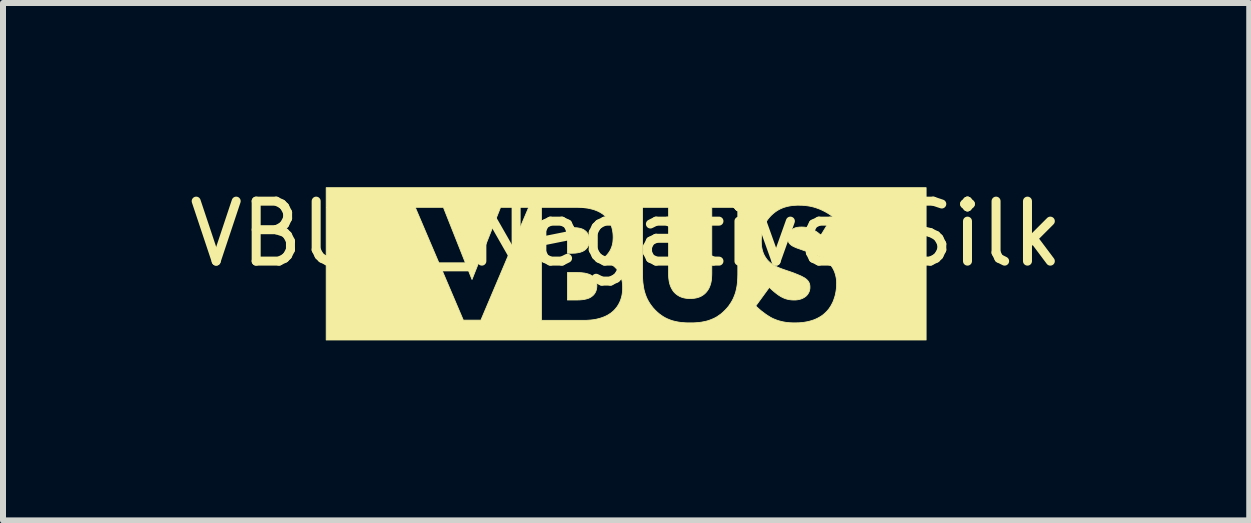
<source format=kicad_pcb>
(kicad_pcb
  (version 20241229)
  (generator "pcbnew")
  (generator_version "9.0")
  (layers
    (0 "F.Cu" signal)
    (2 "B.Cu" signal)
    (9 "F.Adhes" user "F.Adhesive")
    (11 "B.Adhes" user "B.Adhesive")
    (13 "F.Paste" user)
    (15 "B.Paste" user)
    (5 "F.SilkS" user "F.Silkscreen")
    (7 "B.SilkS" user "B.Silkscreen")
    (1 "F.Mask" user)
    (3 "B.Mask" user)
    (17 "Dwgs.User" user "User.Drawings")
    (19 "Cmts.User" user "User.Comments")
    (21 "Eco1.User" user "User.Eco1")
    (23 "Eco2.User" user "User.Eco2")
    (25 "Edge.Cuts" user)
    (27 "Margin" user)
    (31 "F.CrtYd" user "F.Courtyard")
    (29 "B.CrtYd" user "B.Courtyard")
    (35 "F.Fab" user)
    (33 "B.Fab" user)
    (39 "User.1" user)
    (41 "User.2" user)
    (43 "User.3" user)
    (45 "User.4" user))
  (footprint "VBUS_Negative_Silk"
    (layer "F.Cu")
    (at 7.387 1.348)
    (property "Reference" "VBUS_Negative_Silk" (at 0 -0.5 0) (unlocked yes) (layer "F.SilkS") (effects (font (size 1 1) (thickness 0.15))))
    (fp_poly (pts (xy -0.823 0.145) (xy -0.784 0.146) (xy -0.763 0.147) (xy -0.742 0.148) (xy -0.721 0.151) (xy -0.699 0.153) (xy -0.678 0.157) (xy -0.657 0.162) (xy -0.637 0.168) (xy -0.617 0.174) (xy -0.598 0.182) (xy -0.58 0.192) (xy -0.571 0.197) (xy -0.563 0.203) (xy -0.555 0.209) (xy -0.548 0.215) (xy -0.543 0.22) (xy -0.537 0.226) (xy -0.532 0.232) (xy -0.527 0.238) (xy -0.522 0.246) (xy -0.517 0.254) (xy -0.512 0.262) (xy -0.507 0.271) (xy -0.503 0.281) (xy -0.5 0.291) (xy -0.496 0.302) (xy -0.493 0.314) (xy -0.491 0.326) (xy -0.489 0.339) (xy -0.488 0.353) (xy -0.488 0.367) (xy -0.488 0.379) (xy -0.489 0.392) (xy -0.491 0.403) (xy -0.492 0.415) (xy -0.495 0.426) (xy -0.498 0.437) (xy -0.501 0.448) (xy -0.505 0.458) (xy -0.51 0.468) (xy -0.514 0.478) (xy -0.52 0.487) (xy -0.525 0.495) (xy -0.531 0.504) (xy -0.538 0.511) (xy -0.544 0.519) (xy -0.551 0.526) (xy -0.559 0.533) (xy -0.567 0.539) (xy -0.575 0.545) (xy -0.583 0.551) (xy -0.601 0.562) (xy -0.619 0.571) (xy -0.638 0.578) (xy -0.658 0.584) (xy -0.679 0.589) (xy -0.7 0.594) (xy -0.722 0.597) (xy -0.743 0.599) (xy -0.765 0.601) (xy -0.787 0.602) (xy -0.83 0.603) (xy -0.873 0.603) (xy -0.978 0.603) (xy -0.978 0.145) (xy -0.858 0.145)) (stroke (width 0.013) (type solid)) (fill yes) (layer "F.SilkS"))
    (fp_poly (pts (xy -0.882 -0.603) (xy -0.852 -0.602) (xy -0.837 -0.602) (xy -0.823 -0.601) (xy -0.808 -0.599) (xy -0.793 -0.597) (xy -0.779 -0.594) (xy -0.764 -0.591) (xy -0.75 -0.587) (xy -0.737 -0.582) (xy -0.723 -0.577) (xy -0.71 -0.57) (xy -0.698 -0.563) (xy -0.692 -0.558) (xy -0.686 -0.554) (xy -0.679 -0.549) (xy -0.672 -0.543) (xy -0.666 -0.537) (xy -0.659 -0.53) (xy -0.653 -0.522) (xy -0.647 -0.514) (xy -0.641 -0.505) (xy -0.635 -0.496) (xy -0.63 -0.485) (xy -0.626 -0.474) (xy -0.622 -0.463) (xy -0.618 -0.451) (xy -0.615 -0.438) (xy -0.613 -0.424) (xy -0.612 -0.41) (xy -0.611 -0.395) (xy -0.612 -0.388) (xy -0.612 -0.38) (xy -0.612 -0.373) (xy -0.613 -0.366) (xy -0.614 -0.359) (xy -0.615 -0.352) (xy -0.617 -0.345) (xy -0.618 -0.339) (xy -0.62 -0.333) (xy -0.622 -0.326) (xy -0.624 -0.32) (xy -0.626 -0.314) (xy -0.628 -0.309) (xy -0.63 -0.303) (xy -0.633 -0.298) (xy -0.636 -0.292) (xy -0.641 -0.282) (xy -0.647 -0.273) (xy -0.654 -0.264) (xy -0.661 -0.256) (xy -0.667 -0.248) (xy -0.675 -0.241) (xy -0.682 -0.235) (xy -0.689 -0.229) (xy -0.701 -0.221) (xy -0.713 -0.214) (xy -0.726 -0.207) (xy -0.74 -0.202) (xy -0.754 -0.197) (xy -0.769 -0.192) (xy -0.784 -0.189) (xy -0.798 -0.186) (xy -0.813 -0.183) (xy -0.828 -0.181) (xy -0.843 -0.179) (xy -0.857 -0.178) (xy -0.884 -0.177) (xy -0.908 -0.176) (xy -0.978 -0.176) (xy -0.978 -0.603) (xy -0.911 -0.603)) (stroke (width 0.013) (type solid)) (fill yes) (layer "F.SilkS"))
    (fp_poly (pts (xy 5.001 1.27) (xy -5 1.27) (xy -5 0.942) (xy -1.412 0.942) (xy -0.703 0.942) (xy -0.655 0.941) (xy -0.598 0.937) (xy -0.567 0.934) (xy -0.536 0.93) (xy -0.503 0.924) (xy -0.469 0.916) (xy -0.435 0.907) (xy -0.401 0.896) (xy -0.366 0.883) (xy -0.333 0.868) (xy -0.299 0.85) (xy -0.267 0.829) (xy -0.251 0.818) (xy -0.236 0.806) (xy -0.221 0.793) (xy -0.206 0.78) (xy -0.192 0.765) (xy -0.178 0.75) (xy -0.165 0.733) (xy -0.151 0.716) (xy -0.139 0.697) (xy -0.126 0.677) (xy -0.115 0.655) (xy -0.104 0.633) (xy -0.094 0.609) (xy -0.085 0.583) (xy -0.077 0.556) (xy -0.07 0.528) (xy -0.065 0.498) (xy -0.061 0.467) (xy -0.058 0.433) (xy -0.058 0.399) (xy -0.058 0.368) (xy -0.06 0.339) (xy -0.063 0.312) (xy -0.067 0.285) (xy -0.073 0.26) (xy -0.079 0.236) (xy -0.086 0.214) (xy -0.094 0.193) (xy -0.102 0.173) (xy 0.274 0.173) (xy 0.275 0.242) (xy 0.277 0.278) (xy 0.28 0.315) (xy 0.285 0.352) (xy 0.291 0.39) (xy 0.298 0.429) (xy 0.308 0.467) (xy 0.32 0.506) (xy 0.334 0.544) (xy 0.351 0.583) (xy 0.371 0.621) (xy 0.394 0.659) (xy 0.42 0.696) (xy 0.449 0.733) (xy 0.482 0.769) (xy 0.516 0.802) (xy 0.551 0.832) (xy 0.586 0.858) (xy 0.622 0.882) (xy 0.658 0.902) (xy 0.694 0.919) (xy 0.731 0.934) (xy 0.768 0.947) (xy 0.806 0.957) (xy 0.843 0.965) (xy 0.881 0.972) (xy 0.918 0.977) (xy 0.956 0.98) (xy 0.993 0.983) (xy 1.031 0.984) (xy 1.068 0.984) (xy 1.105 0.984) (xy 1.142 0.983) (xy 1.18 0.98) (xy 1.217 0.977) (xy 1.255 0.972) (xy 1.292 0.965) (xy 1.33 0.957) (xy 1.367 0.947) (xy 1.404 0.934) (xy 1.441 0.919) (xy 1.478 0.902) (xy 1.514 0.882) (xy 1.549 0.858) (xy 1.585 0.832) (xy 1.619 0.802) (xy 1.653 0.769) (xy 1.687 0.732) (xy 1.711 0.702) (xy 2.161 0.702) (xy 2.19 0.729) (xy 2.221 0.757) (xy 2.254 0.785) (xy 2.29 0.812) (xy 2.326 0.839) (xy 2.345 0.852) (xy 2.363 0.864) (xy 2.382 0.875) (xy 2.4 0.887) (xy 2.419 0.897) (xy 2.437 0.907) (xy 2.459 0.917) (xy 2.482 0.926) (xy 2.504 0.935) (xy 2.527 0.943) (xy 2.549 0.95) (xy 2.572 0.956) (xy 2.595 0.962) (xy 2.618 0.967) (xy 2.641 0.971) (xy 2.665 0.975) (xy 2.689 0.978) (xy 2.712 0.98) (xy 2.736 0.982) (xy 2.761 0.983) (xy 2.786 0.984) (xy 2.81 0.984) (xy 2.862 0.983) (xy 2.891 0.982) (xy 2.923 0.979) (xy 2.955 0.976) (xy 2.99 0.97) (xy 3.025 0.964) (xy 3.061 0.955) (xy 3.098 0.944) (xy 3.134 0.932) (xy 3.171 0.916) (xy 3.207 0.898) (xy 3.243 0.877) (xy 3.261 0.865) (xy 3.278 0.853) (xy 3.295 0.839) (xy 3.311 0.825) (xy 3.327 0.81) (xy 3.343 0.794) (xy 3.361 0.774) (xy 3.379 0.752) (xy 3.395 0.729) (xy 3.411 0.705) (xy 3.425 0.679) (xy 3.439 0.653) (xy 3.452 0.625) (xy 3.463 0.595) (xy 3.473 0.565) (xy 3.483 0.534) (xy 3.49 0.501) (xy 3.497 0.468) (xy 3.502 0.434) (xy 3.506 0.4) (xy 3.508 0.364) (xy 3.509 0.328) (xy 3.509 0.307) (xy 3.508 0.286) (xy 3.506 0.264) (xy 3.503 0.242) (xy 3.499 0.22) (xy 3.494 0.197) (xy 3.488 0.175) (xy 3.481 0.152) (xy 3.473 0.13) (xy 3.463 0.107) (xy 3.452 0.085) (xy 3.439 0.063) (xy 3.425 0.041) (xy 3.409 0.02) (xy 3.391 -0.001) (xy 3.371 -0.021) (xy 3.357 -0.034) (xy 3.342 -0.046) (xy 3.327 -0.058) (xy 3.311 -0.069) (xy 3.295 -0.08) (xy 3.279 -0.09) (xy 3.262 -0.099) (xy 3.245 -0.108) (xy 3.228 -0.117) (xy 3.211 -0.125) (xy 3.178 -0.14) (xy 3.145 -0.153) (xy 3.114 -0.166) (xy 2.973 -0.219) (xy 2.889 -0.249) (xy 2.854 -0.261) (xy 2.839 -0.267) (xy 2.824 -0.273) (xy 2.811 -0.279) (xy 2.798 -0.285) (xy 2.786 -0.29) (xy 2.775 -0.297) (xy 2.764 -0.303) (xy 2.755 -0.31) (xy 2.745 -0.317) (xy 2.736 -0.325) (xy 2.731 -0.33) (xy 2.726 -0.335) (xy 2.722 -0.341) (xy 2.718 -0.347) (xy 2.714 -0.352) (xy 2.711 -0.358) (xy 2.707 -0.365) (xy 2.705 -0.371) (xy 2.702 -0.377) (xy 2.7 -0.384) (xy 2.698 -0.391) (xy 2.697 -0.398) (xy 2.696 -0.406) (xy 2.695 -0.414) (xy 2.694 -0.422) (xy 2.694 -0.43) (xy 2.694 -0.44) (xy 2.695 -0.449) (xy 2.696 -0.457) (xy 2.698 -0.466) (xy 2.7 -0.474) (xy 2.702 -0.483) (xy 2.705 -0.491) (xy 2.708 -0.498) (xy 2.712 -0.506) (xy 2.715 -0.513) (xy 2.72 -0.52) (xy 2.724 -0.527) (xy 2.728 -0.533) (xy 2.733 -0.539) (xy 2.738 -0.545) (xy 2.743 -0.55) (xy 2.748 -0.555) (xy 2.753 -0.56) (xy 2.758 -0.565) (xy 2.763 -0.569) (xy 2.774 -0.577) (xy 2.785 -0.584) (xy 2.796 -0.59) (xy 2.807 -0.595) (xy 2.819 -0.6) (xy 2.831 -0.603) (xy 2.843 -0.606) (xy 2.856 -0.609) (xy 2.868 -0.61) (xy 2.88 -0.612) (xy 2.892 -0.613) (xy 2.904 -0.613) (xy 2.927 -0.614) (xy 2.951 -0.613) (xy 2.965 -0.612) (xy 2.98 -0.611) (xy 2.997 -0.608) (xy 3.015 -0.605) (xy 3.034 -0.6) (xy 3.054 -0.594) (xy 3.075 -0.587) (xy 3.097 -0.578) (xy 3.12 -0.567) (xy 3.143 -0.554) (xy 3.168 -0.539) (xy 3.193 -0.522) (xy 3.218 -0.502) (xy 3.244 -0.48) (xy 3.244 -0.473) (xy 3.438 -0.79) (xy 3.398 -0.82) (xy 3.357 -0.846) (xy 3.317 -0.869) (xy 3.277 -0.889) (xy 3.239 -0.907) (xy 3.2 -0.922) (xy 3.163 -0.935) (xy 3.127 -0.946) (xy 3.091 -0.955) (xy 3.057 -0.962) (xy 3.024 -0.967) (xy 2.992 -0.971) (xy 2.962 -0.974) (xy 2.934 -0.976) (xy 2.881 -0.977) (xy 2.848 -0.977) (xy 2.816 -0.975) (xy 2.784 -0.973) (xy 2.753 -0.969) (xy 2.722 -0.964) (xy 2.692 -0.958) (xy 2.662 -0.95) (xy 2.632 -0.941) (xy 2.603 -0.93) (xy 2.575 -0.918) (xy 2.547 -0.904) (xy 2.52 -0.888) (xy 2.493 -0.87) (xy 2.467 -0.85) (xy 2.441 -0.828) (xy 2.415 -0.804) (xy 2.395 -0.782) (xy 2.376 -0.76) (xy 2.358 -0.736) (xy 2.342 -0.712) (xy 2.328 -0.688) (xy 2.314 -0.663) (xy 2.303 -0.637) (xy 2.292 -0.611) (xy 2.283 -0.584) (xy 2.275 -0.557) (xy 2.268 -0.529) (xy 2.263 -0.501) (xy 2.258 -0.472) (xy 2.255 -0.442) (xy 2.254 -0.412) (xy 2.253 -0.381) (xy 2.254 -0.345) (xy 2.255 -0.326) (xy 2.257 -0.306) (xy 2.259 -0.286) (xy 2.263 -0.265) (xy 2.267 -0.244) (xy 2.273 -0.222) (xy 2.279 -0.201) (xy 2.287 -0.179) (xy 2.296 -0.157) (xy 2.307 -0.136) (xy 2.319 -0.115) (xy 2.333 -0.094) (xy 2.348 -0.073) (xy 2.366 -0.053) (xy 2.38 -0.039) (xy 2.394 -0.026) (xy 2.409 -0.013) (xy 2.424 -0.001) (xy 2.44 0.009) (xy 2.456 0.02) (xy 2.473 0.029) (xy 2.49 0.038) (xy 2.507 0.047) (xy 2.524 0.055) (xy 2.559 0.07) (xy 2.593 0.083) (xy 2.627 0.095) (xy 2.782 0.148) (xy 2.832 0.168) (xy 2.862 0.18) (xy 2.893 0.193) (xy 2.924 0.207) (xy 2.939 0.215) (xy 2.953 0.223) (xy 2.967 0.23) (xy 2.98 0.238) (xy 2.991 0.246) (xy 3.001 0.254) (xy 3.008 0.26) (xy 3.015 0.266) (xy 3.021 0.273) (xy 3.027 0.279) (xy 3.033 0.286) (xy 3.038 0.294) (xy 3.043 0.301) (xy 3.047 0.309) (xy 3.051 0.317) (xy 3.055 0.326) (xy 3.058 0.335) (xy 3.06 0.345) (xy 3.062 0.355) (xy 3.063 0.365) (xy 3.064 0.376) (xy 3.064 0.388) (xy 3.064 0.395) (xy 3.064 0.401) (xy 3.064 0.407) (xy 3.063 0.414) (xy 3.062 0.42) (xy 3.061 0.426) (xy 3.06 0.431) (xy 3.059 0.437) (xy 3.058 0.443) (xy 3.056 0.448) (xy 3.053 0.459) (xy 3.049 0.469) (xy 3.044 0.478) (xy 3.039 0.488) (xy 3.034 0.496) (xy 3.029 0.505) (xy 3.023 0.513) (xy 3.017 0.52) (xy 3.01 0.527) (xy 3.004 0.534) (xy 2.997 0.54) (xy 2.985 0.549) (xy 2.973 0.558) (xy 2.96 0.565) (xy 2.948 0.572) (xy 2.935 0.578) (xy 2.922 0.583) (xy 2.909 0.588) (xy 2.896 0.591) (xy 2.883 0.595) (xy 2.87 0.597) (xy 2.858 0.599) (xy 2.846 0.601) (xy 2.834 0.602) (xy 2.822 0.603) (xy 2.811 0.603) (xy 2.8 0.603) (xy 2.784 0.603) (xy 2.767 0.602) (xy 2.752 0.601) (xy 2.736 0.599) (xy 2.721 0.597) (xy 2.706 0.594) (xy 2.691 0.591) (xy 2.676 0.587) (xy 2.662 0.583) (xy 2.648 0.578) (xy 2.633 0.572) (xy 2.619 0.566) (xy 2.605 0.559) (xy 2.591 0.552) (xy 2.577 0.545) (xy 2.564 0.536) (xy 2.553 0.53) (xy 2.543 0.523) (xy 2.532 0.515) (xy 2.521 0.507) (xy 2.498 0.49) (xy 2.474 0.471) (xy 2.451 0.451) (xy 2.428 0.431) (xy 2.407 0.411) (xy 2.387 0.392) (xy 2.161 0.702) (xy 1.711 0.702) (xy 1.716 0.695) (xy 1.742 0.657) (xy 1.765 0.619) (xy 1.785 0.581) (xy 1.801 0.543) (xy 1.816 0.504) (xy 1.828 0.466) (xy 1.837 0.427) (xy 1.845 0.389) (xy 1.851 0.352) (xy 1.855 0.315) (xy 1.858 0.278) (xy 1.86 0.242) (xy 1.862 0.173) (xy 1.862 -0.942) (xy 1.428 -0.942) (xy 1.428 0.162) (xy 1.427 0.196) (xy 1.425 0.234) (xy 1.423 0.254) (xy 1.421 0.275) (xy 1.417 0.296) (xy 1.413 0.317) (xy 1.407 0.338) (xy 1.4 0.36) (xy 1.392 0.381) (xy 1.383 0.402) (xy 1.372 0.422) (xy 1.359 0.442) (xy 1.352 0.452) (xy 1.345 0.461) (xy 1.337 0.471) (xy 1.329 0.48) (xy 1.322 0.487) (xy 1.315 0.494) (xy 1.3 0.507) (xy 1.284 0.519) (xy 1.268 0.529) (xy 1.252 0.539) (xy 1.235 0.547) (xy 1.218 0.554) (xy 1.201 0.56) (xy 1.184 0.565) (xy 1.166 0.569) (xy 1.149 0.572) (xy 1.132 0.575) (xy 1.116 0.576) (xy 1.099 0.578) (xy 1.083 0.578) (xy 1.068 0.579) (xy 1.052 0.578) (xy 1.036 0.578) (xy 1.02 0.576) (xy 1.004 0.575) (xy 0.987 0.572) (xy 0.97 0.569) (xy 0.953 0.565) (xy 0.936 0.56) (xy 0.919 0.554) (xy 0.902 0.547) (xy 0.885 0.539) (xy 0.869 0.529) (xy 0.853 0.519) (xy 0.837 0.507) (xy 0.822 0.494) (xy 0.807 0.48) (xy 0.798 0.47) (xy 0.79 0.461) (xy 0.783 0.451) (xy 0.776 0.441) (xy 0.764 0.421) (xy 0.753 0.4) (xy 0.743 0.379) (xy 0.735 0.357) (xy 0.728 0.336) (xy 0.723 0.314) (xy 0.718 0.293) (xy 0.715 0.272) (xy 0.712 0.252) (xy 0.71 0.232) (xy 0.709 0.213) (xy 0.708 0.195) (xy 0.708 0.162) (xy 0.708 -0.942) (xy 0.274 -0.942) (xy 0.274 0.173) (xy -0.102 0.173) (xy -0.102 0.173) (xy -0.112 0.154) (xy -0.122 0.136) (xy -0.132 0.119) (xy -0.143 0.104) (xy -0.154 0.089) (xy -0.166 0.076) (xy -0.178 0.064) (xy -0.191 0.051) (xy -0.205 0.039) (xy -0.22 0.028) (xy -0.235 0.017) (xy -0.251 0.007) (xy -0.267 -0.002) (xy -0.283 -0.011) (xy -0.3 -0.02) (xy -0.317 -0.028) (xy -0.334 -0.035) (xy -0.352 -0.041) (xy -0.369 -0.047) (xy -0.386 -0.052) (xy -0.404 -0.057) (xy -0.421 -0.06) (xy -0.439 -0.064) (xy -0.43 -0.067) (xy -0.421 -0.071) (xy -0.411 -0.076) (xy -0.401 -0.082) (xy -0.391 -0.088) (xy -0.381 -0.094) (xy -0.371 -0.102) (xy -0.361 -0.11) (xy -0.35 -0.119) (xy -0.34 -0.128) (xy -0.329 -0.138) (xy -0.319 -0.149) (xy -0.309 -0.161) (xy -0.299 -0.174) (xy -0.289 -0.187) (xy -0.28 -0.201) (xy -0.27 -0.216) (xy -0.262 -0.232) (xy -0.254 -0.247) (xy -0.248 -0.262) (xy -0.242 -0.278) (xy -0.236 -0.293) (xy -0.232 -0.308) (xy -0.228 -0.324) (xy -0.225 -0.339) (xy -0.222 -0.354) (xy -0.22 -0.369) (xy -0.219 -0.384) (xy -0.218 -0.398) (xy -0.217 -0.413) (xy -0.216 -0.441) (xy -0.217 -0.475) (xy -0.218 -0.494) (xy -0.22 -0.515) (xy -0.223 -0.536) (xy -0.227 -0.559) (xy -0.232 -0.582) (xy -0.238 -0.606) (xy -0.246 -0.63) (xy -0.255 -0.655) (xy -0.266 -0.679) (xy -0.279 -0.704) (xy -0.293 -0.728) (xy -0.31 -0.752) (xy -0.319 -0.764) (xy -0.329 -0.775) (xy -0.339 -0.786) (xy -0.35 -0.797) (xy -0.365 -0.81) (xy -0.379 -0.822) (xy -0.394 -0.833) (xy -0.409 -0.843) (xy -0.425 -0.853) (xy -0.441 -0.862) (xy -0.473 -0.878) (xy -0.507 -0.892) (xy -0.54 -0.904) (xy -0.574 -0.913) (xy -0.607 -0.921) (xy -0.64 -0.928) (xy -0.672 -0.932) (xy -0.703 -0.936) (xy -0.733 -0.939) (xy -0.786 -0.941) (xy -0.83 -0.942) (xy -1.412 -0.942) (xy -1.412 0.942) (xy -5 0.942) (xy -5 -0.942) (xy -3.515 -0.942) (xy -2.714 0.938) (xy -2.421 0.938) (xy -1.624 -0.942) (xy -2.093 -0.942) (xy -2.569 0.261) (xy -3.046 -0.942) (xy -3.515 -0.942) (xy -5 -0.942) (xy -5 -1.27) (xy 5.001 -1.27)) (stroke (width 0.013) (type solid)) (fill yes) (layer "F.SilkS")))
  (gr_rect
    (start -3 -3)
    (end 17.774 5.625)
    (stroke (width 0.1) (type default))
    (fill no)
    (layer "Edge.Cuts")))
</source>
